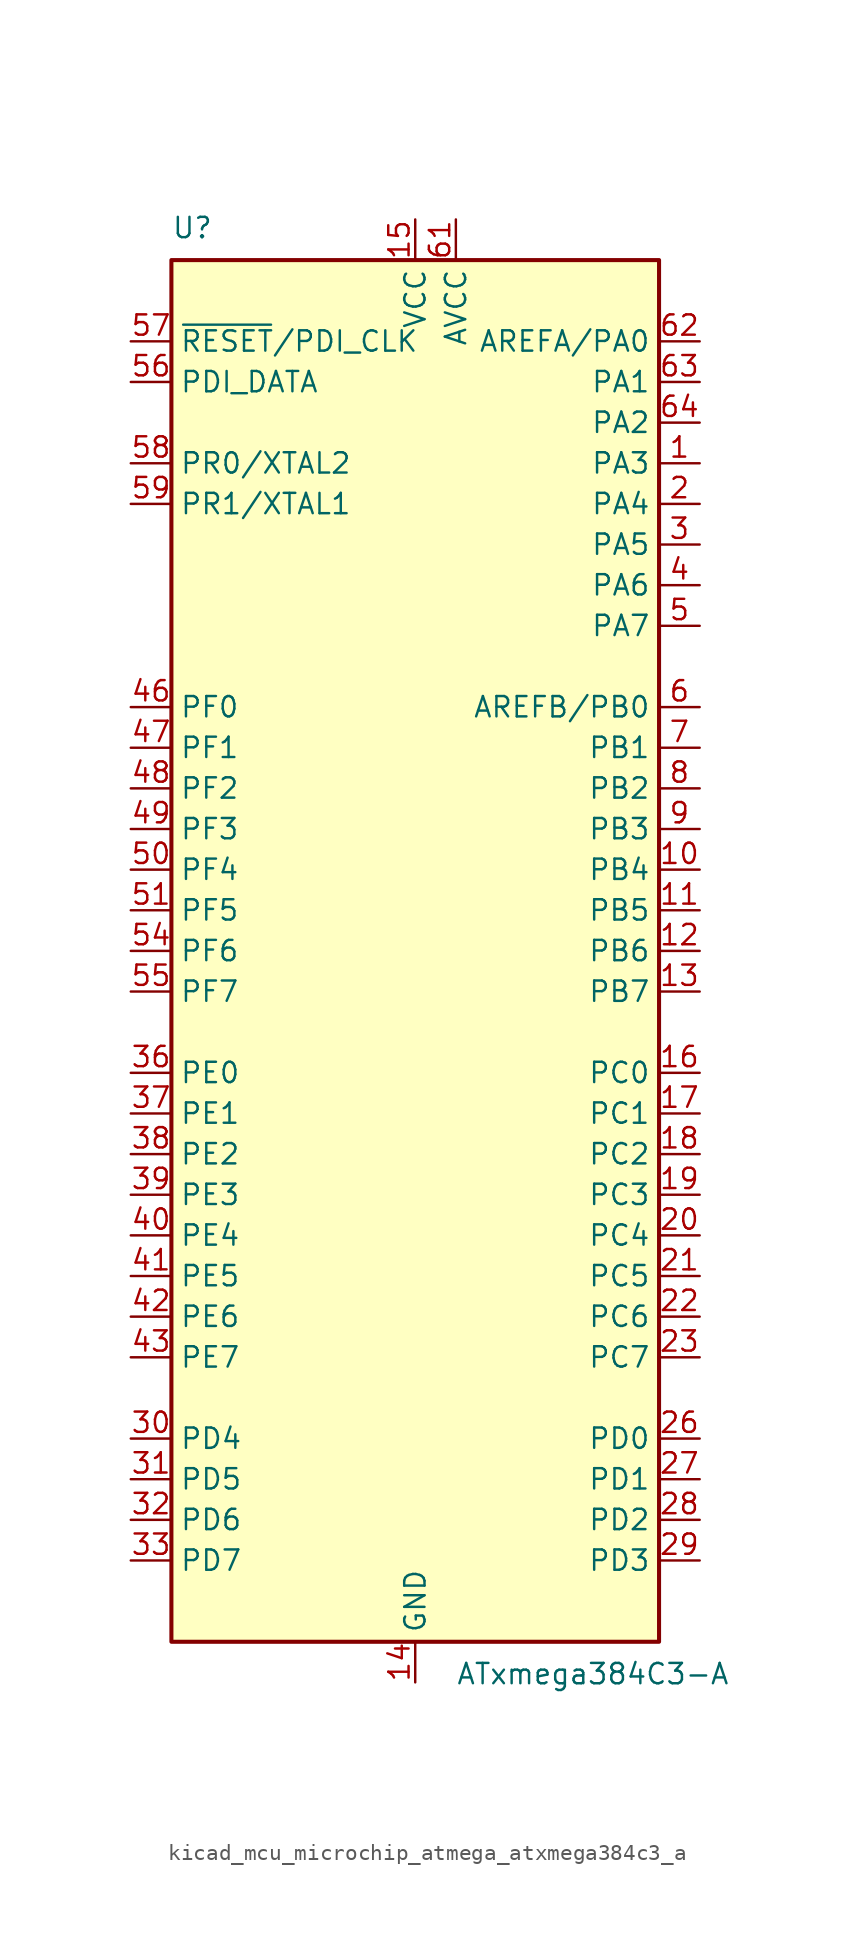
<source format=kicad_sym>
(kicad_symbol_lib
  (version 20220914)
  (generator kicad_symbol_editor)
  (symbol "kicad_mcu_microchip_atmega_atxmega384c3_a"
    (property "Reference" "U"
      (at -15.24 44.45 0)
      (effects (font (size 1.27 1.27)) (justify left bottom)))
    (property "Value" "ATxmega384C3-A"
      (at 2.54 -44.45 0)
      (effects (font (size 1.27 1.27)) (justify left top)))
    (symbol "kicad_mcu_microchip_atmega_atxmega384c3_a_0_1"
      (rectangle (start -15.24 -43.18) (end 15.24 43.18) (stroke (width 0.254) (type default)) (fill (type background))))
    (symbol "kicad_mcu_microchip_atmega_atxmega384c3_a_1_1"
      (pin bidirectional line (at 17.78 30.48 180) (length 2.54) (name "PA3" (effects (font (size 1.27 1.27)))) (number "1" (effects (font (size 1.27 1.27)))))
      (pin bidirectional line (at 17.78 5.08 180) (length 2.54) (name "PB4" (effects (font (size 1.27 1.27)))) (number "10" (effects (font (size 1.27 1.27)))))
      (pin bidirectional line (at 17.78 2.54 180) (length 2.54) (name "PB5" (effects (font (size 1.27 1.27)))) (number "11" (effects (font (size 1.27 1.27)))))
      (pin bidirectional line (at 17.78 0 180) (length 2.54) (name "PB6" (effects (font (size 1.27 1.27)))) (number "12" (effects (font (size 1.27 1.27)))))
      (pin bidirectional line (at 17.78 -2.54 180) (length 2.54) (name "PB7" (effects (font (size 1.27 1.27)))) (number "13" (effects (font (size 1.27 1.27)))))
      (pin power_in line (at 0 -45.72 90) (length 2.54) (name "GND" (effects (font (size 1.27 1.27)))) (number "14" (effects (font (size 1.27 1.27)))))
      (pin power_in line (at 0 45.72 270) (length 2.54) (name "VCC" (effects (font (size 1.27 1.27)))) (number "15" (effects (font (size 1.27 1.27)))))
      (pin bidirectional line (at 17.78 -7.62 180) (length 2.54) (name "PC0" (effects (font (size 1.27 1.27)))) (number "16" (effects (font (size 1.27 1.27)))))
      (pin bidirectional line (at 17.78 -10.16 180) (length 2.54) (name "PC1" (effects (font (size 1.27 1.27)))) (number "17" (effects (font (size 1.27 1.27)))))
      (pin bidirectional line (at 17.78 -12.7 180) (length 2.54) (name "PC2" (effects (font (size 1.27 1.27)))) (number "18" (effects (font (size 1.27 1.27)))))
      (pin bidirectional line (at 17.78 -15.24 180) (length 2.54) (name "PC3" (effects (font (size 1.27 1.27)))) (number "19" (effects (font (size 1.27 1.27)))))
      (pin bidirectional line (at 17.78 27.94 180) (length 2.54) (name "PA4" (effects (font (size 1.27 1.27)))) (number "2" (effects (font (size 1.27 1.27)))))
      (pin bidirectional line (at 17.78 -17.78 180) (length 2.54) (name "PC4" (effects (font (size 1.27 1.27)))) (number "20" (effects (font (size 1.27 1.27)))))
      (pin bidirectional line (at 17.78 -20.32 180) (length 2.54) (name "PC5" (effects (font (size 1.27 1.27)))) (number "21" (effects (font (size 1.27 1.27)))))
      (pin bidirectional line (at 17.78 -22.86 180) (length 2.54) (name "PC6" (effects (font (size 1.27 1.27)))) (number "22" (effects (font (size 1.27 1.27)))))
      (pin bidirectional line (at 17.78 -25.4 180) (length 2.54) (name "PC7" (effects (font (size 1.27 1.27)))) (number "23" (effects (font (size 1.27 1.27)))))
      (pin passive line (at 0 -45.72 90) (length 2.54) hide (name "GND" (effects (font (size 1.27 1.27)))) (number "24" (effects (font (size 1.27 1.27)))))
      (pin passive line (at 0 45.72 270) (length 2.54) hide (name "VCC" (effects (font (size 1.27 1.27)))) (number "25" (effects (font (size 1.27 1.27)))))
      (pin bidirectional line (at 17.78 -30.48 180) (length 2.54) (name "PD0" (effects (font (size 1.27 1.27)))) (number "26" (effects (font (size 1.27 1.27)))))
      (pin bidirectional line (at 17.78 -33.02 180) (length 2.54) (name "PD1" (effects (font (size 1.27 1.27)))) (number "27" (effects (font (size 1.27 1.27)))))
      (pin bidirectional line (at 17.78 -35.56 180) (length 2.54) (name "PD2" (effects (font (size 1.27 1.27)))) (number "28" (effects (font (size 1.27 1.27)))))
      (pin bidirectional line (at 17.78 -38.1 180) (length 2.54) (name "PD3" (effects (font (size 1.27 1.27)))) (number "29" (effects (font (size 1.27 1.27)))))
      (pin bidirectional line (at 17.78 25.4 180) (length 2.54) (name "PA5" (effects (font (size 1.27 1.27)))) (number "3" (effects (font (size 1.27 1.27)))))
      (pin bidirectional line (at -17.78 -30.48 0) (length 2.54) (name "PD4" (effects (font (size 1.27 1.27)))) (number "30" (effects (font (size 1.27 1.27)))))
      (pin bidirectional line (at -17.78 -33.02 0) (length 2.54) (name "PD5" (effects (font (size 1.27 1.27)))) (number "31" (effects (font (size 1.27 1.27)))))
      (pin bidirectional line (at -17.78 -35.56 0) (length 2.54) (name "PD6" (effects (font (size 1.27 1.27)))) (number "32" (effects (font (size 1.27 1.27)))))
      (pin bidirectional line (at -17.78 -38.1 0) (length 2.54) (name "PD7" (effects (font (size 1.27 1.27)))) (number "33" (effects (font (size 1.27 1.27)))))
      (pin passive line (at 0 -45.72 90) (length 2.54) hide (name "GND" (effects (font (size 1.27 1.27)))) (number "34" (effects (font (size 1.27 1.27)))))
      (pin passive line (at 0 45.72 270) (length 2.54) hide (name "VCC" (effects (font (size 1.27 1.27)))) (number "35" (effects (font (size 1.27 1.27)))))
      (pin bidirectional line (at -17.78 -7.62 0) (length 2.54) (name "PE0" (effects (font (size 1.27 1.27)))) (number "36" (effects (font (size 1.27 1.27)))))
      (pin bidirectional line (at -17.78 -10.16 0) (length 2.54) (name "PE1" (effects (font (size 1.27 1.27)))) (number "37" (effects (font (size 1.27 1.27)))))
      (pin bidirectional line (at -17.78 -12.7 0) (length 2.54) (name "PE2" (effects (font (size 1.27 1.27)))) (number "38" (effects (font (size 1.27 1.27)))))
      (pin bidirectional line (at -17.78 -15.24 0) (length 2.54) (name "PE3" (effects (font (size 1.27 1.27)))) (number "39" (effects (font (size 1.27 1.27)))))
      (pin bidirectional line (at 17.78 22.86 180) (length 2.54) (name "PA6" (effects (font (size 1.27 1.27)))) (number "4" (effects (font (size 1.27 1.27)))))
      (pin bidirectional line (at -17.78 -17.78 0) (length 2.54) (name "PE4" (effects (font (size 1.27 1.27)))) (number "40" (effects (font (size 1.27 1.27)))))
      (pin bidirectional line (at -17.78 -20.32 0) (length 2.54) (name "PE5" (effects (font (size 1.27 1.27)))) (number "41" (effects (font (size 1.27 1.27)))))
      (pin bidirectional line (at -17.78 -22.86 0) (length 2.54) (name "PE6" (effects (font (size 1.27 1.27)))) (number "42" (effects (font (size 1.27 1.27)))))
      (pin bidirectional line (at -17.78 -25.4 0) (length 2.54) (name "PE7" (effects (font (size 1.27 1.27)))) (number "43" (effects (font (size 1.27 1.27)))))
      (pin passive line (at 0 -45.72 90) (length 2.54) hide (name "GND" (effects (font (size 1.27 1.27)))) (number "44" (effects (font (size 1.27 1.27)))))
      (pin passive line (at 0 45.72 270) (length 2.54) hide (name "VCC" (effects (font (size 1.27 1.27)))) (number "45" (effects (font (size 1.27 1.27)))))
      (pin bidirectional line (at -17.78 15.24 0) (length 2.54) (name "PF0" (effects (font (size 1.27 1.27)))) (number "46" (effects (font (size 1.27 1.27)))))
      (pin bidirectional line (at -17.78 12.7 0) (length 2.54) (name "PF1" (effects (font (size 1.27 1.27)))) (number "47" (effects (font (size 1.27 1.27)))))
      (pin bidirectional line (at -17.78 10.16 0) (length 2.54) (name "PF2" (effects (font (size 1.27 1.27)))) (number "48" (effects (font (size 1.27 1.27)))))
      (pin bidirectional line (at -17.78 7.62 0) (length 2.54) (name "PF3" (effects (font (size 1.27 1.27)))) (number "49" (effects (font (size 1.27 1.27)))))
      (pin bidirectional line (at 17.78 20.32 180) (length 2.54) (name "PA7" (effects (font (size 1.27 1.27)))) (number "5" (effects (font (size 1.27 1.27)))))
      (pin bidirectional line (at -17.78 5.08 0) (length 2.54) (name "PF4" (effects (font (size 1.27 1.27)))) (number "50" (effects (font (size 1.27 1.27)))))
      (pin bidirectional line (at -17.78 2.54 0) (length 2.54) (name "PF5" (effects (font (size 1.27 1.27)))) (number "51" (effects (font (size 1.27 1.27)))))
      (pin passive line (at 0 -45.72 90) (length 2.54) hide (name "GND" (effects (font (size 1.27 1.27)))) (number "52" (effects (font (size 1.27 1.27)))))
      (pin passive line (at 0 45.72 270) (length 2.54) hide (name "VCC" (effects (font (size 1.27 1.27)))) (number "53" (effects (font (size 1.27 1.27)))))
      (pin bidirectional line (at -17.78 0 0) (length 2.54) (name "PF6" (effects (font (size 1.27 1.27)))) (number "54" (effects (font (size 1.27 1.27)))))
      (pin bidirectional line (at -17.78 -2.54 0) (length 2.54) (name "PF7" (effects (font (size 1.27 1.27)))) (number "55" (effects (font (size 1.27 1.27)))))
      (pin bidirectional line (at -17.78 35.56 0) (length 2.54) (name "PDI_DATA" (effects (font (size 1.27 1.27)))) (number "56" (effects (font (size 1.27 1.27)))))
      (pin input line (at -17.78 38.1 0) (length 2.54) (name "~{RESET}/PDI_CLK" (effects (font (size 1.27 1.27)))) (number "57" (effects (font (size 1.27 1.27)))))
      (pin bidirectional line (at -17.78 30.48 0) (length 2.54) (name "PR0/XTAL2" (effects (font (size 1.27 1.27)))) (number "58" (effects (font (size 1.27 1.27)))))
      (pin bidirectional line (at -17.78 27.94 0) (length 2.54) (name "PR1/XTAL1" (effects (font (size 1.27 1.27)))) (number "59" (effects (font (size 1.27 1.27)))))
      (pin bidirectional line (at 17.78 15.24 180) (length 2.54) (name "AREFB/PB0" (effects (font (size 1.27 1.27)))) (number "6" (effects (font (size 1.27 1.27)))))
      (pin passive line (at 0 -45.72 90) (length 2.54) hide (name "GND" (effects (font (size 1.27 1.27)))) (number "60" (effects (font (size 1.27 1.27)))))
      (pin power_in line (at 2.54 45.72 270) (length 2.54) (name "AVCC" (effects (font (size 1.27 1.27)))) (number "61" (effects (font (size 1.27 1.27)))))
      (pin bidirectional line (at 17.78 38.1 180) (length 2.54) (name "AREFA/PA0" (effects (font (size 1.27 1.27)))) (number "62" (effects (font (size 1.27 1.27)))))
      (pin bidirectional line (at 17.78 35.56 180) (length 2.54) (name "PA1" (effects (font (size 1.27 1.27)))) (number "63" (effects (font (size 1.27 1.27)))))
      (pin bidirectional line (at 17.78 33.02 180) (length 2.54) (name "PA2" (effects (font (size 1.27 1.27)))) (number "64" (effects (font (size 1.27 1.27)))))
      (pin bidirectional line (at 17.78 12.7 180) (length 2.54) (name "PB1" (effects (font (size 1.27 1.27)))) (number "7" (effects (font (size 1.27 1.27)))))
      (pin bidirectional line (at 17.78 10.16 180) (length 2.54) (name "PB2" (effects (font (size 1.27 1.27)))) (number "8" (effects (font (size 1.27 1.27)))))
      (pin bidirectional line (at 17.78 7.62 180) (length 2.54) (name "PB3" (effects (font (size 1.27 1.27)))) (number "9" (effects (font (size 1.27 1.27))))))))
</source>
